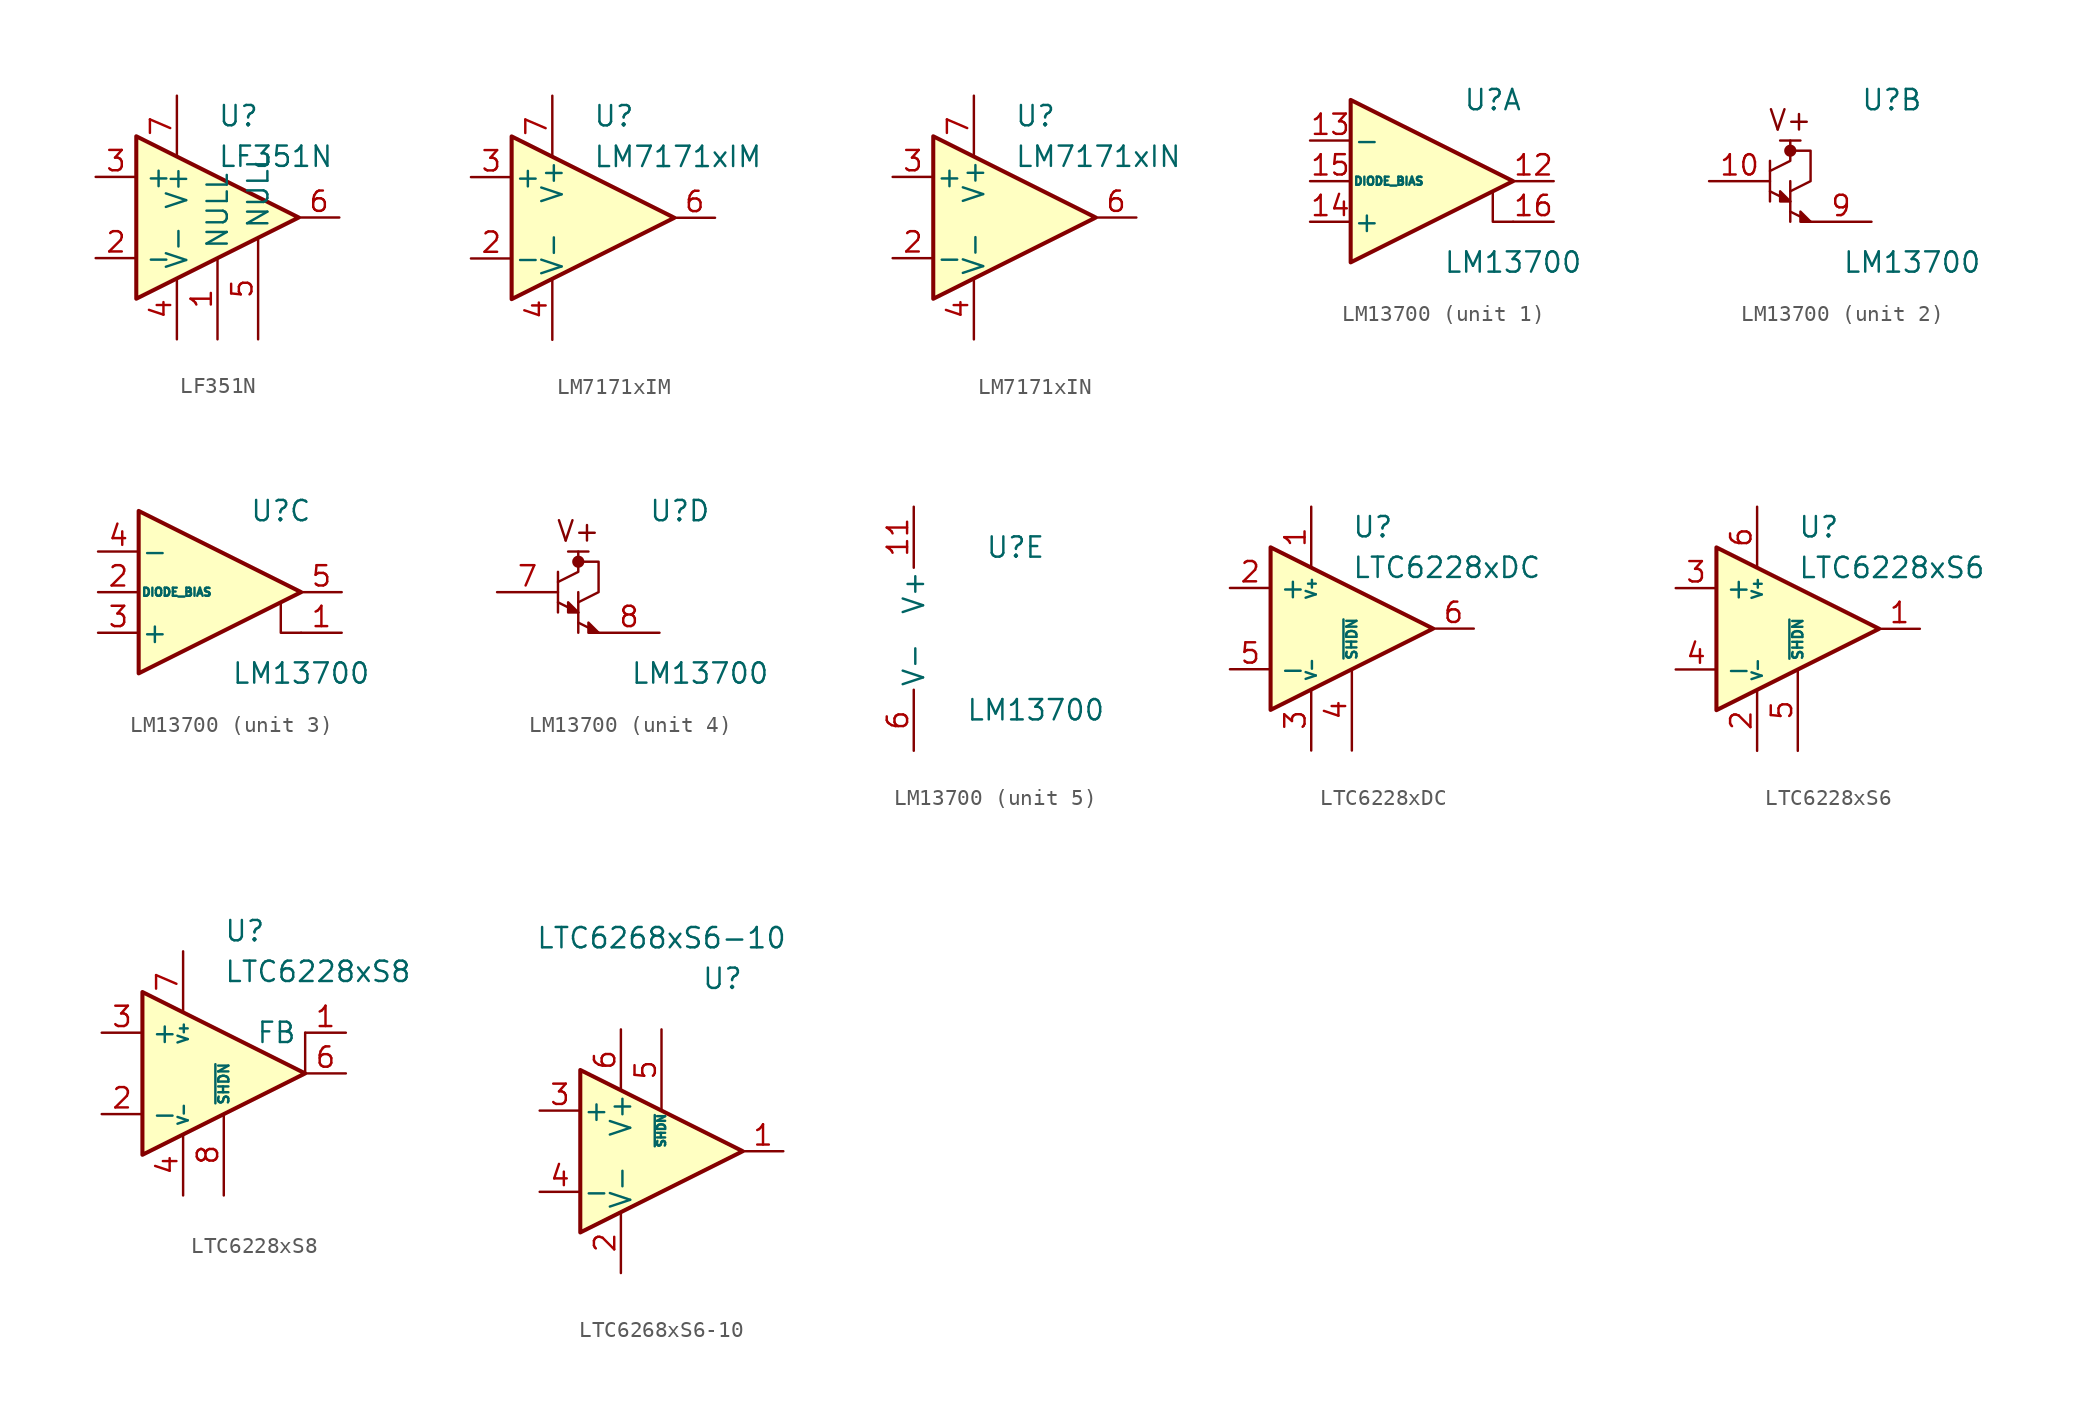
<source format=kicad_sym>
(kicad_symbol_lib
  (version 20201005)
  (generator kicad_symbol_editor)
  (symbol "LF351N"
    (property "Reference" "U"
      (at 0 6.35 0)
      (effects (font (size 1.27 1.27)) (justify left)))
    (property "Value" "LF351N"
      (at 0 3.81 0)
      (effects (font (size 1.27 1.27)) (justify left)))
    (symbol "LF351N_0_1"
      (polyline (pts (xy -5.08 5.08) (xy 5.08 0) (xy -5.08 -5.08) (xy -5.08 5.08)) (stroke (width 0.254)) (fill (type background))))
    (symbol "LF351N_1_1"
      (pin input line (at 0 -7.62 90) (length 5.08) (name "NULL" (effects (font (size 1.27 1.27)))) (number "1" (effects (font (size 1.27 1.27)))))
      (pin input line (at -7.62 -2.54 0) (length 2.54) (name "-" (effects (font (size 1.27 1.27)))) (number "2" (effects (font (size 1.27 1.27)))))
      (pin input line (at -7.62 2.54 0) (length 2.54) (name "+" (effects (font (size 1.27 1.27)))) (number "3" (effects (font (size 1.27 1.27)))))
      (pin power_in line (at -2.54 -7.62 90) (length 3.81) (name "V-" (effects (font (size 1.27 1.27)))) (number "4" (effects (font (size 1.27 1.27)))))
      (pin input line (at 2.54 -7.62 90) (length 6.35) (name "NULL" (effects (font (size 1.27 1.27)))) (number "5" (effects (font (size 1.27 1.27)))))
      (pin output line (at 7.62 0 180) (length 2.54) (name "~" (effects (font (size 1.27 1.27)))) (number "6" (effects (font (size 1.27 1.27)))))
      (pin power_in line (at -2.54 7.62 270) (length 3.81) (name "V+" (effects (font (size 1.27 1.27)))) (number "7" (effects (font (size 1.27 1.27)))))
      (pin no_connect line (at 0 2.54 270) (length 2.54) hide (name "NC" (effects (font (size 1.27 1.27)))) (number "8" (effects (font (size 1.27 1.27)))))))
  (symbol "LM7171xIM"
    (pin_names
      (offset 0.127))
    (property "Reference" "U"
      (at 0 6.35 0)
      (effects (font (size 1.27 1.27)) (justify left)))
    (property "Value" "LM7171xIM"
      (at 0 3.81 0)
      (effects (font (size 1.27 1.27)) (justify left)))
    (symbol "LM7171xIM_1_1"
      (polyline (pts (xy -5.08 5.08) (xy 5.08 0) (xy -5.08 -5.08) (xy -5.08 5.08)) (stroke (width 0.254)) (fill (type background)))
      (pin no_connect line (at 0 7.62 270) (length 5.08) hide (name "NC" (effects (font (size 1.27 1.27)))) (number "1" (effects (font (size 1.27 1.27)))))
      (pin input line (at -7.62 -2.54 0) (length 2.54) (name "-" (effects (font (size 1.27 1.27)))) (number "2" (effects (font (size 1.27 1.27)))))
      (pin input line (at -7.62 2.54 0) (length 2.54) (name "+" (effects (font (size 1.27 1.27)))) (number "3" (effects (font (size 1.27 1.27)))))
      (pin power_in line (at -2.54 -7.62 90) (length 3.81) (name "V-" (effects (font (size 1.27 1.27)))) (number "4" (effects (font (size 1.27 1.27)))))
      (pin no_connect line (at 0 -7.62 90) (length 5.08) hide (name "NC" (effects (font (size 1.27 1.27)))) (number "5" (effects (font (size 1.27 1.27)))))
      (pin output line (at 7.62 0 180) (length 2.54) (name "~" (effects (font (size 1.27 1.27)))) (number "6" (effects (font (size 1.27 1.27)))))
      (pin power_in line (at -2.54 7.62 270) (length 3.81) (name "V+" (effects (font (size 1.27 1.27)))) (number "7" (effects (font (size 1.27 1.27)))))
      (pin no_connect line (at 2.54 -7.62 90) (length 6.35) hide (name "NC" (effects (font (size 1.27 1.27)))) (number "8" (effects (font (size 1.27 1.27)))))))
  (symbol "LM7171xIN"
    (pin_names
      (offset 0.127))
    (property "Reference" "U"
      (at 0 6.35 0)
      (effects (font (size 1.27 1.27)) (justify left)))
    (property "Value" "LM7171xIN"
      (at 0 3.81 0)
      (effects (font (size 1.27 1.27)) (justify left)))
    (symbol "LM7171xIN_1_1"
      (polyline (pts (xy -5.08 5.08) (xy 5.08 0) (xy -5.08 -5.08) (xy -5.08 5.08)) (stroke (width 0.254)) (fill (type background)))
      (pin no_connect line (at 0 7.62 270) (length 5.08) hide (name "NC" (effects (font (size 1.27 1.27)))) (number "1" (effects (font (size 1.27 1.27)))))
      (pin input line (at -7.62 -2.54 0) (length 2.54) (name "-" (effects (font (size 1.27 1.27)))) (number "2" (effects (font (size 1.27 1.27)))))
      (pin input line (at -7.62 2.54 0) (length 2.54) (name "+" (effects (font (size 1.27 1.27)))) (number "3" (effects (font (size 1.27 1.27)))))
      (pin power_in line (at -2.54 -7.62 90) (length 3.81) (name "V-" (effects (font (size 1.27 1.27)))) (number "4" (effects (font (size 1.27 1.27)))))
      (pin no_connect line (at 0 -7.62 90) (length 5.08) hide (name "NC" (effects (font (size 1.27 1.27)))) (number "5" (effects (font (size 1.27 1.27)))))
      (pin output line (at 7.62 0 180) (length 2.54) (name "~" (effects (font (size 1.27 1.27)))) (number "6" (effects (font (size 1.27 1.27)))))
      (pin power_in line (at -2.54 7.62 270) (length 3.81) (name "V+" (effects (font (size 1.27 1.27)))) (number "7" (effects (font (size 1.27 1.27)))))
      (pin no_connect line (at 2.54 -7.62 90) (length 6.35) hide (name "NC" (effects (font (size 1.27 1.27)))) (number "8" (effects (font (size 1.27 1.27)))))))
  (symbol "LM13700"
    (pin_names
      (offset 0.127))
    (property "Reference" "U"
      (at 3.81 5.08 0)
      (effects (font (size 1.27 1.27))))
    (property "Value" "LM13700"
      (at 5.08 -5.08 0)
      (effects (font (size 1.27 1.27))))
    (property "ki_locked" ""
      (at 0 0 0)
      (effects (font (size 1.27 1.27))))
    (symbol "LM13700_1_1"
      (polyline (pts (xy 3.81 -0.635) (xy 3.81 -2.54) (xy 5.08 -2.54)) (stroke (width 0)) (fill (type none)))
      (polyline (pts (xy 5.08 0) (xy -5.08 -5.08) (xy -5.08 5.08) (xy 5.08 0)) (stroke (width 0.254)) (fill (type background)))
      (pin output line (at 7.62 0 180) (length 2.54) (name "~" (effects (font (size 1.27 1.27)))) (number "12" (effects (font (size 1.27 1.27)))))
      (pin input line (at -7.62 2.54 0) (length 2.54) (name "-" (effects (font (size 1.27 1.27)))) (number "13" (effects (font (size 1.27 1.27)))))
      (pin input line (at -7.62 -2.54 0) (length 2.54) (name "+" (effects (font (size 1.27 1.27)))) (number "14" (effects (font (size 1.27 1.27)))))
      (pin input line (at -7.62 0 0) (length 2.54) (name "DIODE_BIAS" (effects (font (size 0.508 0.508)))) (number "15" (effects (font (size 1.27 1.27)))))
      (pin input line (at 7.62 -2.54 180) (length 2.54) (name "~" (effects (font (size 1.27 1.27)))) (number "16" (effects (font (size 1.27 1.27))))))
    (symbol "LM13700_2_0"
      (polyline (pts (xy -1.905 2.54) (xy -3.175 2.54)) (stroke (width 0)) (fill (type none))))
    (symbol "LM13700_2_1"
      (circle (center -2.54 1.905) (radius 0.254) (stroke (width 0.254)) (fill (type outline)))
      (text "V+" (at -2.54 3.81 0) (effects (font (size 1.27 1.27))))
      (polyline (pts (xy -3.81 -0.635) (xy -2.54 -1.27)) (stroke (width 0)) (fill (type none)))
      (polyline (pts (xy -3.81 1.27) (xy -3.81 -1.27)) (stroke (width 0)) (fill (type none)))
      (polyline (pts (xy -2.54 -1.905) (xy -1.27 -2.54)) (stroke (width 0)) (fill (type none)))
      (polyline (pts (xy -2.54 0) (xy -2.54 -2.54)) (stroke (width 0)) (fill (type none)))
      (polyline (pts (xy -3.81 0.635) (xy -2.54 1.27) (xy -2.54 1.905) (xy -2.54 2.54)) (stroke (width 0)) (fill (type none)))
      (polyline (pts (xy -2.54 -0.635) (xy -1.27 0) (xy -1.27 1.905) (xy -2.54 1.905)) (stroke (width 0)) (fill (type none)))
      (polyline (pts (xy -2.54 -1.27) (xy -3.175 -0.635) (xy -3.175 -1.27) (xy -2.54 -1.27)) (stroke (width 0)) (fill (type outline)))
      (polyline (pts (xy -1.27 -2.54) (xy -1.905 -1.905) (xy -1.905 -2.54) (xy -1.27 -2.54)) (stroke (width 0)) (fill (type outline)))
      (pin input line (at -7.62 0 0) (length 3.81) (name "~" (effects (font (size 1.27 1.27)))) (number "10" (effects (font (size 1.27 1.27)))))
      (pin output line (at 2.54 -2.54 180) (length 3.81) (name "~" (effects (font (size 1.27 1.27)))) (number "9" (effects (font (size 1.27 1.27))))))
    (symbol "LM13700_3_1"
      (polyline (pts (xy 3.81 -0.635) (xy 3.81 -2.54) (xy 5.08 -2.54)) (stroke (width 0)) (fill (type none)))
      (polyline (pts (xy 5.08 0) (xy -5.08 -5.08) (xy -5.08 5.08) (xy 5.08 0)) (stroke (width 0.254)) (fill (type background)))
      (pin input line (at 7.62 -2.54 180) (length 2.54) (name "~" (effects (font (size 1.27 1.27)))) (number "1" (effects (font (size 1.27 1.27)))))
      (pin input line (at -7.62 0 0) (length 2.54) (name "DIODE_BIAS" (effects (font (size 0.508 0.508)))) (number "2" (effects (font (size 1.27 1.27)))))
      (pin input line (at -7.62 -2.54 0) (length 2.54) (name "+" (effects (font (size 1.27 1.27)))) (number "3" (effects (font (size 1.27 1.27)))))
      (pin input line (at -7.62 2.54 0) (length 2.54) (name "-" (effects (font (size 1.27 1.27)))) (number "4" (effects (font (size 1.27 1.27)))))
      (pin output line (at 7.62 0 180) (length 2.54) (name "~" (effects (font (size 1.27 1.27)))) (number "5" (effects (font (size 1.27 1.27))))))
    (symbol "LM13700_4_0"
      (text "V+" (at -2.54 3.81 0) (effects (font (size 1.27 1.27))))
      (polyline (pts (xy -3.175 2.54) (xy -1.905 2.54)) (stroke (width 0)) (fill (type none))))
    (symbol "LM13700_4_1"
      (circle (center -2.54 1.905) (radius 0.254) (stroke (width 0.254)) (fill (type outline)))
      (polyline (pts (xy -3.81 -0.635) (xy -2.54 -1.27)) (stroke (width 0)) (fill (type none)))
      (polyline (pts (xy -3.81 1.27) (xy -3.81 -1.27)) (stroke (width 0)) (fill (type none)))
      (polyline (pts (xy -2.54 -1.905) (xy -1.27 -2.54)) (stroke (width 0)) (fill (type none)))
      (polyline (pts (xy -2.54 0) (xy -2.54 -2.54)) (stroke (width 0)) (fill (type none)))
      (polyline (pts (xy -3.81 0.635) (xy -2.54 1.27) (xy -2.54 2.54)) (stroke (width 0)) (fill (type none)))
      (polyline (pts (xy -2.54 -0.635) (xy -1.27 0) (xy -1.27 1.905) (xy -2.54 1.905)) (stroke (width 0)) (fill (type none)))
      (polyline (pts (xy -2.54 -1.27) (xy -3.175 -0.635) (xy -3.175 -1.27) (xy -2.54 -1.27)) (stroke (width 0)) (fill (type outline)))
      (polyline (pts (xy -1.27 -2.54) (xy -1.905 -1.905) (xy -1.905 -2.54) (xy -1.27 -2.54)) (stroke (width 0)) (fill (type outline)))
      (pin input line (at -7.62 0 0) (length 3.81) (name "~" (effects (font (size 1.27 1.27)))) (number "7" (effects (font (size 1.27 1.27)))))
      (pin output line (at 2.54 -2.54 180) (length 3.81) (name "~" (effects (font (size 1.27 1.27)))) (number "8" (effects (font (size 1.27 1.27))))))
    (symbol "LM13700_5_1"
      (pin power_in line (at -2.54 7.62 270) (length 3.81) (name "V+" (effects (font (size 1.27 1.27)))) (number "11" (effects (font (size 1.27 1.27)))))
      (pin power_in line (at -2.54 -7.62 90) (length 3.81) (name "V-" (effects (font (size 1.27 1.27)))) (number "6" (effects (font (size 1.27 1.27)))))))
  (symbol "LTC6228xDC"
    (property "Reference" "U"
      (at 0 6.35 0)
      (effects (font (size 1.27 1.27)) (justify left)))
    (property "Value" "LTC6228xDC"
      (at 0 3.81 0)
      (effects (font (size 1.27 1.27)) (justify left)))
    (symbol "LTC6228xDC_0_1"
      (polyline (pts (xy 5.08 0) (xy -5.08 5.08) (xy -5.08 -5.08) (xy 5.08 0)) (stroke (width 0.254)) (fill (type background))))
    (symbol "LTC6228xDC_1_1"
      (pin power_in line (at -2.54 7.62 270) (length 3.81) (name "V+" (effects (font (size 0.635 0.635)))) (number "1" (effects (font (size 1.27 1.27)))))
      (pin input line (at -7.62 2.54 0) (length 2.54) (name "+" (effects (font (size 1.27 1.27)))) (number "2" (effects (font (size 1.27 1.27)))))
      (pin power_in line (at -2.54 -7.62 90) (length 3.81) (name "V-" (effects (font (size 0.635 0.635)))) (number "3" (effects (font (size 1.27 1.27)))))
      (pin input line (at 0 -7.62 90) (length 5.08) (name "~SHDN" (effects (font (size 0.635 0.635)))) (number "4" (effects (font (size 1.27 1.27)))))
      (pin input line (at -7.62 -2.54 0) (length 2.54) (name "-" (effects (font (size 1.27 1.27)))) (number "5" (effects (font (size 1.27 1.27)))))
      (pin output line (at 7.62 0 180) (length 2.54) (name "~" (effects (font (size 1.27 1.27)))) (number "6" (effects (font (size 1.27 1.27)))))
      (pin passive line (at -2.54 -7.62 90) (length 3.81) hide (name "V-" (effects (font (size 0.635 0.635)))) (number "7" (effects (font (size 1.27 1.27)))))))
  (symbol "LTC6228xS6"
    (property "Reference" "U"
      (at 0 6.35 0)
      (effects (font (size 1.27 1.27)) (justify left)))
    (property "Value" "LTC6228xS6"
      (at 0 3.81 0)
      (effects (font (size 1.27 1.27)) (justify left)))
    (symbol "LTC6228xS6_0_1"
      (polyline (pts (xy 5.08 0) (xy -5.08 5.08) (xy -5.08 -5.08) (xy 5.08 0)) (stroke (width 0.254)) (fill (type background))))
    (symbol "LTC6228xS6_1_1"
      (pin output line (at 7.62 0 180) (length 2.54) (name "~" (effects (font (size 1.27 1.27)))) (number "1" (effects (font (size 1.27 1.27)))))
      (pin power_in line (at -2.54 -7.62 90) (length 3.81) (name "V-" (effects (font (size 0.635 0.635)))) (number "2" (effects (font (size 1.27 1.27)))))
      (pin input line (at -7.62 2.54 0) (length 2.54) (name "+" (effects (font (size 1.27 1.27)))) (number "3" (effects (font (size 1.27 1.27)))))
      (pin input line (at -7.62 -2.54 0) (length 2.54) (name "-" (effects (font (size 1.27 1.27)))) (number "4" (effects (font (size 1.27 1.27)))))
      (pin input line (at 0 -7.62 90) (length 5.08) (name "~SHDN" (effects (font (size 0.635 0.635)))) (number "5" (effects (font (size 1.27 1.27)))))
      (pin power_in line (at -2.54 7.62 270) (length 3.81) (name "V+" (effects (font (size 0.635 0.635)))) (number "6" (effects (font (size 1.27 1.27)))))))
  (symbol "LTC6228xS8"
    (property "Reference" "U"
      (at 0 8.89 0)
      (effects (font (size 1.27 1.27)) (justify left)))
    (property "Value" "LTC6228xS8"
      (at 0 6.35 0)
      (effects (font (size 1.27 1.27)) (justify left)))
    (symbol "LTC6228xS8_0_1"
      (polyline (pts (xy 5.08 0) (xy 5.08 2.54)) (stroke (width 0.152)) (fill (type none)))
      (polyline (pts (xy 5.08 0) (xy -5.08 5.08) (xy -5.08 -5.08) (xy 5.08 0)) (stroke (width 0.254)) (fill (type background))))
    (symbol "LTC6228xS8_1_1"
      (pin output line (at 7.62 2.54 180) (length 2.54) (name "FB" (effects (font (size 1.27 1.27)))) (number "1" (effects (font (size 1.27 1.27)))))
      (pin input line (at -7.62 -2.54 0) (length 2.54) (name "-" (effects (font (size 1.27 1.27)))) (number "2" (effects (font (size 1.27 1.27)))))
      (pin input line (at -7.62 2.54 0) (length 2.54) (name "+" (effects (font (size 1.27 1.27)))) (number "3" (effects (font (size 1.27 1.27)))))
      (pin power_in line (at -2.54 -7.62 90) (length 3.81) (name "V-" (effects (font (size 0.635 0.635)))) (number "4" (effects (font (size 1.27 1.27)))))
      (pin passive line (at -2.54 -7.62 90) (length 3.81) hide (name "V-" (effects (font (size 0.635 0.635)))) (number "5" (effects (font (size 1.27 1.27)))))
      (pin output line (at 7.62 0 180) (length 2.54) (name "~" (effects (font (size 1.27 1.27)))) (number "6" (effects (font (size 1.27 1.27)))))
      (pin power_in line (at -2.54 7.62 270) (length 3.81) (name "V+" (effects (font (size 0.635 0.635)))) (number "7" (effects (font (size 1.27 1.27)))))
      (pin input line (at 0 -7.62 90) (length 5.08) (name "~SHDN" (effects (font (size 0.635 0.635)))) (number "8" (effects (font (size 1.27 1.27)))))))
  (symbol "LTC6268xS6-10"
    (pin_names
      (offset 0.127))
    (property "Reference" "U"
      (at 3.81 10.795 0)
      (effects (font (size 1.27 1.27))))
    (property "Value" "LTC6268xS6-10"
      (at 0 13.335 0)
      (effects (font (size 1.27 1.27))))
    (symbol "LTC6268xS6-10_1_1"
      (polyline (pts (xy -5.08 5.08) (xy -5.08 -5.08) (xy 5.08 0) (xy -5.08 5.08)) (stroke (width 0.254)) (fill (type background)))
      (pin output line (at 7.62 0 180) (length 2.54) (name "~" (effects (font (size 1.27 1.27)))) (number "1" (effects (font (size 1.27 1.27)))))
      (pin power_in line (at -2.54 -7.62 90) (length 3.81) (name "V-" (effects (font (size 1.27 1.27)))) (number "2" (effects (font (size 1.27 1.27)))))
      (pin input line (at -7.62 2.54 0) (length 2.54) (name "+" (effects (font (size 1.27 1.27)))) (number "3" (effects (font (size 1.27 1.27)))))
      (pin input line (at -7.62 -2.54 0) (length 2.54) (name "-" (effects (font (size 1.27 1.27)))) (number "4" (effects (font (size 1.27 1.27)))))
      (pin input line (at 0 7.62 270) (length 5.08) (name "~SHDN" (effects (font (size 0.508 0.508)))) (number "5" (effects (font (size 1.27 1.27)))))
      (pin power_in line (at -2.54 7.62 270) (length 3.81) (name "V+" (effects (font (size 1.27 1.27)))) (number "6" (effects (font (size 1.27 1.27))))))))
</source>
